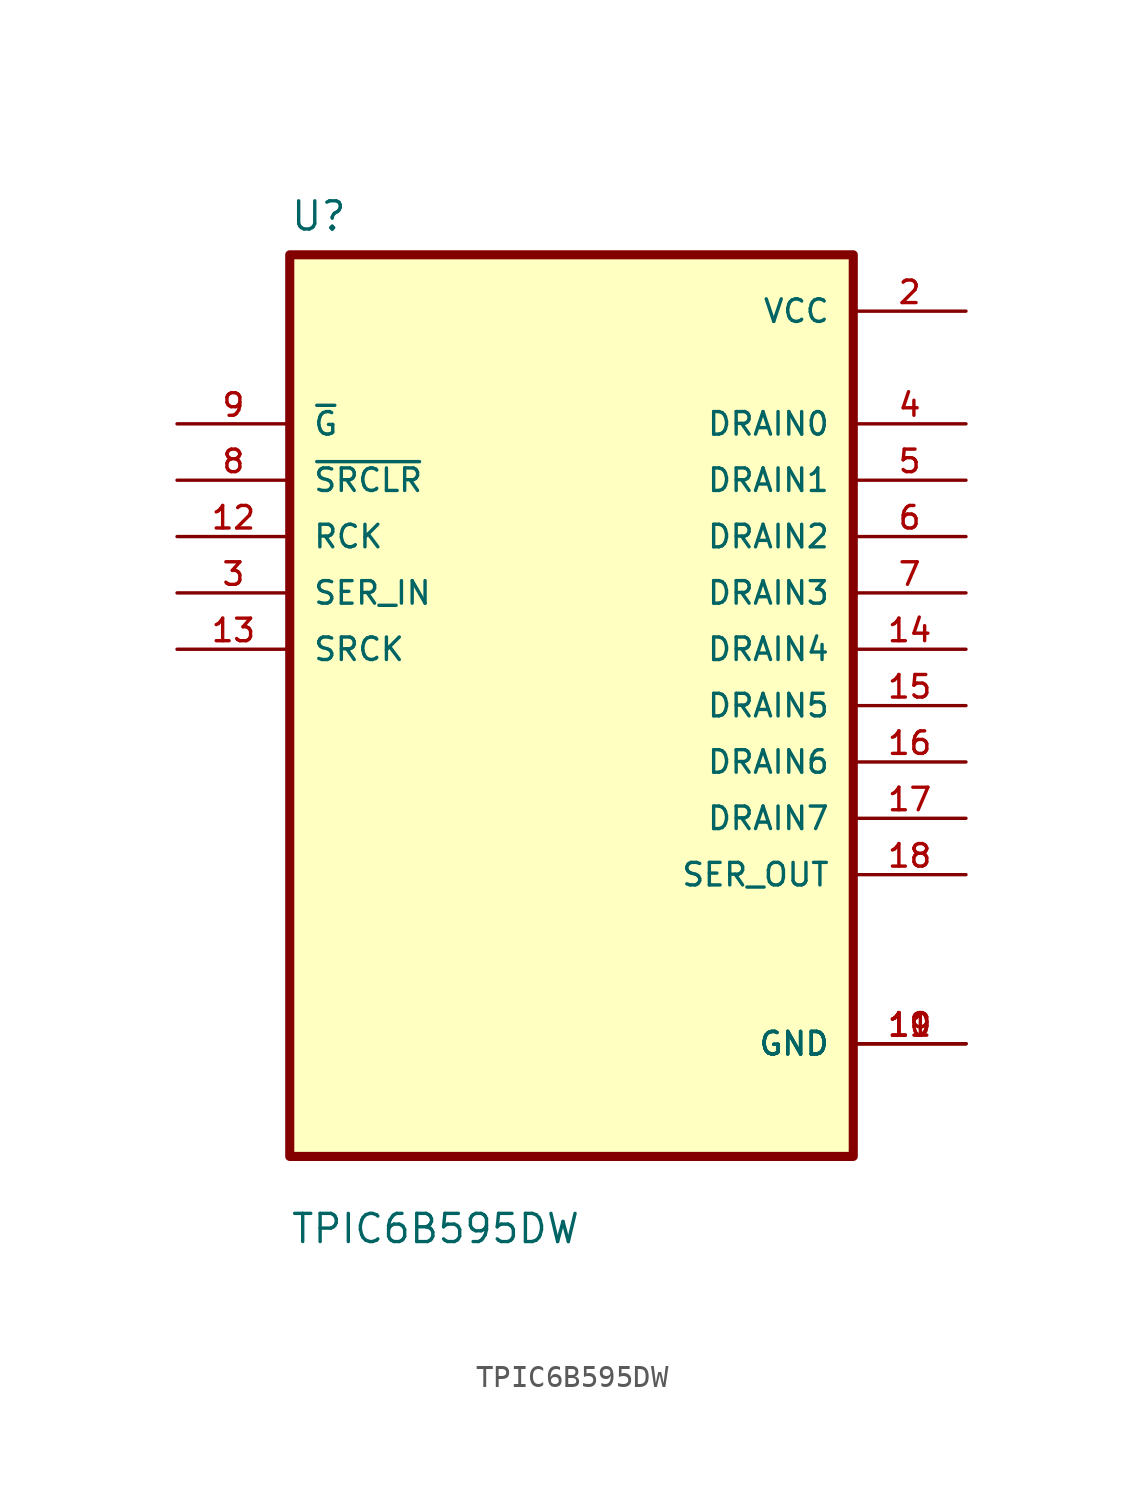
<source format=kicad_sym>
(kicad_symbol_lib
  (version 20211014)
  (generator kicad_symbol_editor)
  (symbol "TPIC6B595DW"
    (pin_names
      (offset 1.016))
    (property "Reference" "U"
      (at -12.7 21.32 0.0)
      (effects (font (size 1.27 1.27)) (justify bottom left)))
    (property "Value" "TPIC6B595DW"
      (at -12.7 -24.32 0.0)
      (effects (font (size 1.27 1.27)) (justify bottom left)))
    (symbol "TPIC6B595DW_0_0"
      (rectangle (start -12.7 -20.32) (end 12.7 20.32) (stroke (width 0.41)) (fill (type background)))
      (pin input line (at -17.78 12.7 0) (length 5.08) (name "~{G}" (effects (font (size 1.016 1.016)))) (number "9" (effects (font (size 1.016 1.016)))))
      (pin input line (at -17.78 10.16 0) (length 5.08) (name "~{SRCLR}" (effects (font (size 1.016 1.016)))) (number "8" (effects (font (size 1.016 1.016)))))
      (pin input line (at -17.78 7.62 0) (length 5.08) (name "RCK" (effects (font (size 1.016 1.016)))) (number "12" (effects (font (size 1.016 1.016)))))
      (pin input line (at -17.78 5.08 0) (length 5.08) (name "SER_IN" (effects (font (size 1.016 1.016)))) (number "3" (effects (font (size 1.016 1.016)))))
      (pin input line (at -17.78 2.54 0) (length 5.08) (name "SRCK" (effects (font (size 1.016 1.016)))) (number "13" (effects (font (size 1.016 1.016)))))
      (pin power_in line (at 17.78 17.78 180.0) (length 5.08) (name "VCC" (effects (font (size 1.016 1.016)))) (number "2" (effects (font (size 1.016 1.016)))))
      (pin output line (at 17.78 12.7 180.0) (length 5.08) (name "DRAIN0" (effects (font (size 1.016 1.016)))) (number "4" (effects (font (size 1.016 1.016)))))
      (pin output line (at 17.78 10.16 180.0) (length 5.08) (name "DRAIN1" (effects (font (size 1.016 1.016)))) (number "5" (effects (font (size 1.016 1.016)))))
      (pin output line (at 17.78 7.62 180.0) (length 5.08) (name "DRAIN2" (effects (font (size 1.016 1.016)))) (number "6" (effects (font (size 1.016 1.016)))))
      (pin output line (at 17.78 5.08 180.0) (length 5.08) (name "DRAIN3" (effects (font (size 1.016 1.016)))) (number "7" (effects (font (size 1.016 1.016)))))
      (pin output line (at 17.78 2.54 180.0) (length 5.08) (name "DRAIN4" (effects (font (size 1.016 1.016)))) (number "14" (effects (font (size 1.016 1.016)))))
      (pin output line (at 17.78 0.0 180.0) (length 5.08) (name "DRAIN5" (effects (font (size 1.016 1.016)))) (number "15" (effects (font (size 1.016 1.016)))))
      (pin output line (at 17.78 -2.54 180.0) (length 5.08) (name "DRAIN6" (effects (font (size 1.016 1.016)))) (number "16" (effects (font (size 1.016 1.016)))))
      (pin output line (at 17.78 -5.08 180.0) (length 5.08) (name "DRAIN7" (effects (font (size 1.016 1.016)))) (number "17" (effects (font (size 1.016 1.016)))))
      (pin output line (at 17.78 -7.62 180.0) (length 5.08) (name "SER_OUT" (effects (font (size 1.016 1.016)))) (number "18" (effects (font (size 1.016 1.016)))))
      (pin power_in line (at 17.78 -15.24 180.0) (length 5.08) (name "GND" (effects (font (size 1.016 1.016)))) (number "19" (effects (font (size 1.016 1.016)))))
      (pin power_in line (at 17.78 -15.24 180.0) (length 5.08) (name "GND" (effects (font (size 1.016 1.016)))) (number "10" (effects (font (size 1.016 1.016)))))
      (pin power_in line (at 17.78 -15.24 180.0) (length 5.08) (name "GND" (effects (font (size 1.016 1.016)))) (number "11" (effects (font (size 1.016 1.016))))))))
</source>
